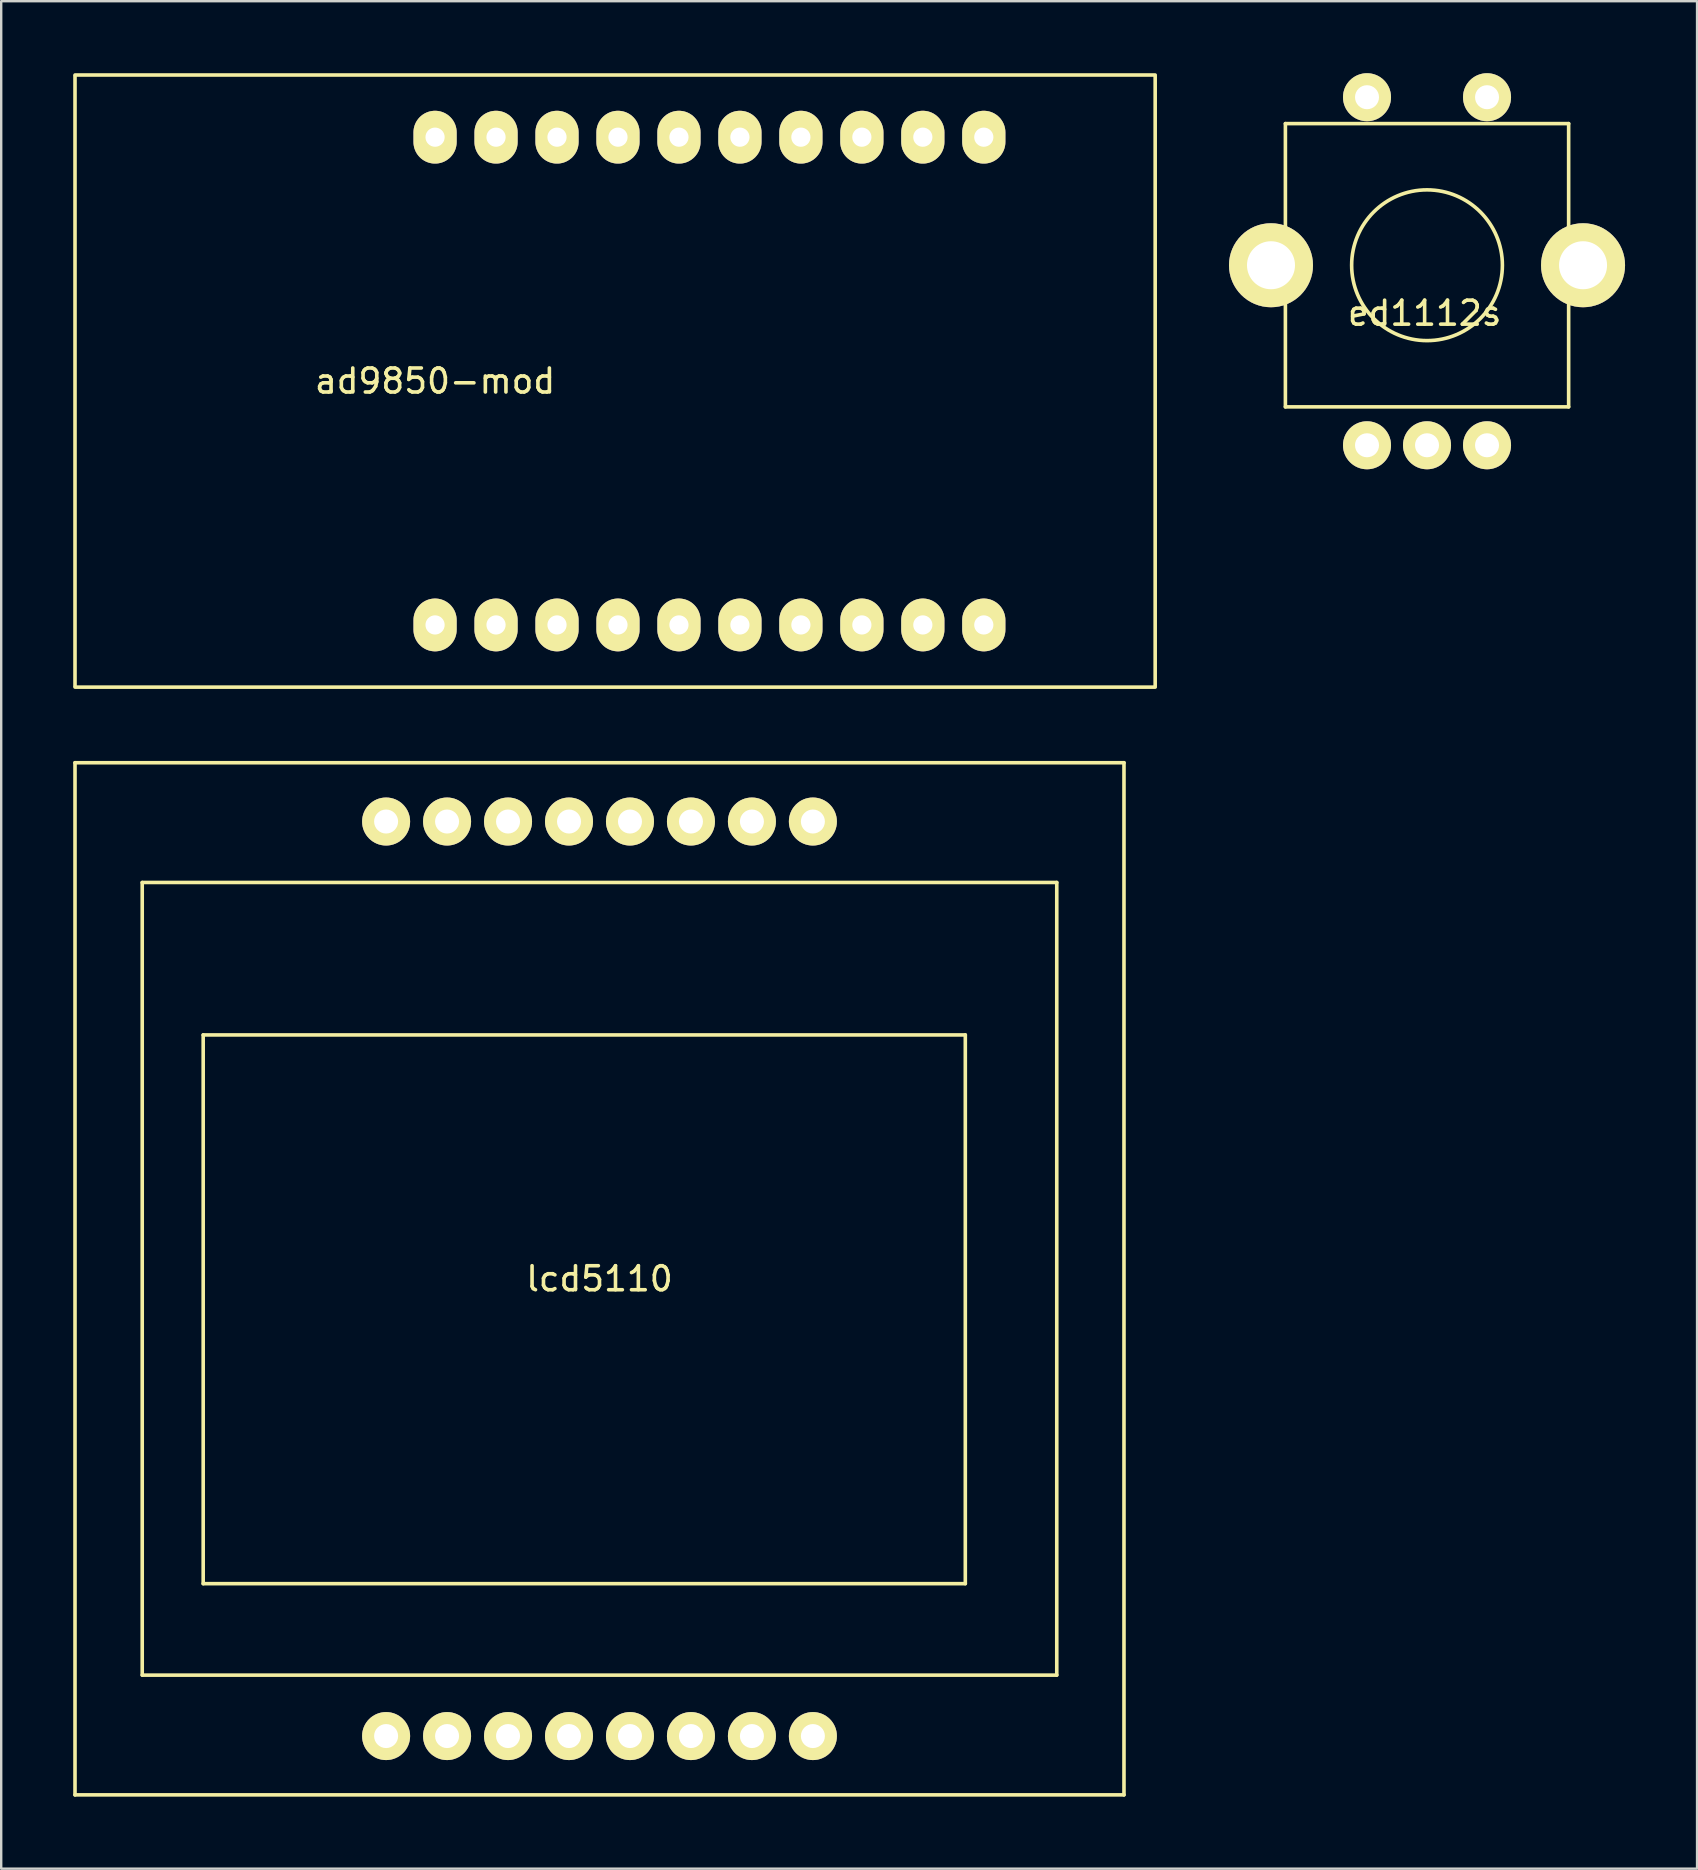
<source format=kicad_pcb>
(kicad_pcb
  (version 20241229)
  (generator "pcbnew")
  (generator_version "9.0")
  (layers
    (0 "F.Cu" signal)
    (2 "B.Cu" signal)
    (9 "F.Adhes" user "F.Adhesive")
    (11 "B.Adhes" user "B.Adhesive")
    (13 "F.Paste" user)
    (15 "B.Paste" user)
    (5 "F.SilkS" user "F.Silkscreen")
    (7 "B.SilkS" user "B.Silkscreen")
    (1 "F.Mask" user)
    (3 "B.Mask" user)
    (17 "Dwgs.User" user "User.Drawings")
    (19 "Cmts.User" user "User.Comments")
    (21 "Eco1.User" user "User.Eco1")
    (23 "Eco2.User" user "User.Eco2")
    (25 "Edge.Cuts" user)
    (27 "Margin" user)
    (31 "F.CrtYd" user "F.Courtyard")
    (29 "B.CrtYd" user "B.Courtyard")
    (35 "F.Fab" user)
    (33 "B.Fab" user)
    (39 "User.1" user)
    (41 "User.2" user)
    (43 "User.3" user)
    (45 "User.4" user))
  (footprint "ed1112s"
    (layer "F.Cu")
    (at 56.4 8)
    (property "Reference" "ed1112s" (at -0.1 2 0) (layer "F.SilkS") (effects (font (size 1 1) (thickness 0.15))))
    (attr through_hole)
    (fp_line (start -5.9 -5.9) (end 5.9 -5.9) (stroke (width 0.15) (type solid)) (layer "F.SilkS"))
    (fp_line (start -5.9 5.9) (end -5.9 -5.9) (stroke (width 0.15) (type solid)) (layer "F.SilkS"))
    (fp_line (start 5.9 -5.9) (end 5.9 5.9) (stroke (width 0.15) (type solid)) (layer "F.SilkS"))
    (fp_line (start 5.9 5.9) (end -5.9 5.9) (stroke (width 0.15) (type solid)) (layer "F.SilkS"))
    (fp_circle (center 0 0) (end -1.9 2.5) (stroke (width 0.15) (type solid)) (fill no) (layer "F.SilkS"))
    (pad "1" thru_hole circle (at -2.5 7.5) (size 2 2) (drill 1) (layers "*.Cu" "*.Mask" "F.SilkS"))
    (pad "2" thru_hole circle (at 0 7.5) (size 2 2) (drill 1) (layers "*.Cu" "*.Mask" "F.SilkS"))
    (pad "3" thru_hole circle (at 2.5 7.5) (size 2 2) (drill 1) (layers "*.Cu" "*.Mask" "F.SilkS"))
    (pad "4" thru_hole circle (at -2.5 -7) (size 2 2) (drill 1) (layers "*.Cu" "*.Mask" "F.SilkS"))
    (pad "5" thru_hole circle (at 2.5 -7) (size 2 2) (drill 1) (layers "*.Cu" "*.Mask" "F.SilkS"))
    (pad "6" thru_hole circle (at 6.5 0) (size 3.5 3.5) (drill 2) (layers "*.Cu" "*.Mask" "F.SilkS"))
    (pad "7" thru_hole circle (at -6.5 0) (size 3.5 3.5) (drill 2) (layers "*.Cu" "*.Mask" "F.SilkS")))
  (footprint "ad9850-mod"
    (layer "F.Cu")
    (at 15.075 12.825)
    (property "Reference" "ad9850-mod" (at 0 0 0) (layer "F.SilkS") (effects (font (size 1 1) (thickness 0.15))))
    (attr through_hole)
    (fp_line (start -15 -12.75) (end 30 -12.75) (stroke (width 0.15) (type solid)) (layer "F.SilkS"))
    (fp_line (start -15 -12.7) (end -15 12.7) (stroke (width 0.15) (type solid)) (layer "F.SilkS"))
    (fp_line (start -15 12.75) (end 30 12.75) (stroke (width 0.15) (type solid)) (layer "F.SilkS"))
    (fp_line (start 30 -12.7) (end 30 12.7) (stroke (width 0.15) (type solid)) (layer "F.SilkS"))
    (pad "1" thru_hole oval (at 0 10.16) (size 1.8 2.2) (drill 0.8) (layers "*.Cu" "*.Mask" "F.SilkS"))
    (pad "2" thru_hole oval (at 2.54 10.16) (size 1.8 2.2) (drill 0.8) (layers "*.Cu" "*.Mask" "F.SilkS"))
    (pad "3" thru_hole oval (at 5.08 10.16) (size 1.8 2.2) (drill 0.8) (layers "*.Cu" "*.Mask" "F.SilkS"))
    (pad "4" thru_hole oval (at 7.62 10.16) (size 1.8 2.2) (drill 0.8) (layers "*.Cu" "*.Mask" "F.SilkS"))
    (pad "5" thru_hole oval (at 10.16 10.16) (size 1.8 2.2) (drill 0.8) (layers "*.Cu" "*.Mask" "F.SilkS"))
    (pad "6" thru_hole oval (at 12.7 10.16) (size 1.8 2.2) (drill 0.8) (layers "*.Cu" "*.Mask" "F.SilkS"))
    (pad "7" thru_hole oval (at 15.24 10.16) (size 1.8 2.2) (drill 0.8) (layers "*.Cu" "*.Mask" "F.SilkS"))
    (pad "8" thru_hole oval (at 17.78 10.16) (size 1.8 2.2) (drill 0.8) (layers "*.Cu" "*.Mask" "F.SilkS"))
    (pad "9" thru_hole oval (at 20.32 10.16) (size 1.8 2.2) (drill 0.8) (layers "*.Cu" "*.Mask" "F.SilkS"))
    (pad "10" thru_hole oval (at 22.86 10.16) (size 1.8 2.2) (drill 0.8) (layers "*.Cu" "*.Mask" "F.SilkS"))
    (pad "11" thru_hole oval (at 22.86 -10.16) (size 1.8 2.2) (drill 0.8) (layers "*.Cu" "*.Mask" "F.SilkS"))
    (pad "12" thru_hole oval (at 20.32 -10.16) (size 1.8 2.2) (drill 0.8) (layers "*.Cu" "*.Mask" "F.SilkS"))
    (pad "13" thru_hole oval (at 17.78 -10.16) (size 1.8 2.2) (drill 0.8) (layers "*.Cu" "*.Mask" "F.SilkS"))
    (pad "14" thru_hole oval (at 15.24 -10.16) (size 1.8 2.2) (drill 0.8) (layers "*.Cu" "*.Mask" "F.SilkS"))
    (pad "15" thru_hole oval (at 12.7 -10.16) (size 1.8 2.2) (drill 0.8) (layers "*.Cu" "*.Mask" "F.SilkS"))
    (pad "16" thru_hole oval (at 10.16 -10.16) (size 1.8 2.2) (drill 0.8) (layers "*.Cu" "*.Mask" "F.SilkS"))
    (pad "17" thru_hole oval (at 7.62 -10.16) (size 1.8 2.2) (drill 0.8) (layers "*.Cu" "*.Mask" "F.SilkS"))
    (pad "18" thru_hole oval (at 5.08 -10.16) (size 1.8 2.2) (drill 0.8) (layers "*.Cu" "*.Mask" "F.SilkS"))
    (pad "19" thru_hole oval (at 2.54 -10.16) (size 1.8 2.2) (drill 0.8) (layers "*.Cu" "*.Mask" "F.SilkS"))
    (pad "20" thru_hole oval (at 0 -10.16) (size 1.8 2.2) (drill 0.8) (layers "*.Cu" "*.Mask" "F.SilkS")))
  (footprint "lcd5110"
    (layer "F.Cu")
    (at 21.925 50.225)
    (property "Reference" "lcd5110" (at 0 0 0) (layer "F.SilkS") (effects (font (size 1 1) (thickness 0.15))))
    (attr through_hole)
    (fp_line (start -21.85 -21.5) (end -21.85 21.5) (stroke (width 0.15) (type solid)) (layer "F.SilkS"))
    (fp_line (start -21.85 -21.5) (end 21.85 -21.5) (stroke (width 0.15) (type solid)) (layer "F.SilkS"))
    (fp_line (start -21.85 21.5) (end 21.85 21.5) (stroke (width 0.15) (type solid)) (layer "F.SilkS"))
    (fp_line (start -19.05 -16.51) (end 19.05 -16.51) (stroke (width 0.15) (type solid)) (layer "F.SilkS"))
    (fp_line (start -19.05 16.51) (end -19.05 -16.51) (stroke (width 0.15) (type solid)) (layer "F.SilkS"))
    (fp_line (start -16.51 -10.16) (end 15.24 -10.16) (stroke (width 0.15) (type solid)) (layer "F.SilkS"))
    (fp_line (start -16.51 12.7) (end -16.51 -10.16) (stroke (width 0.15) (type solid)) (layer "F.SilkS"))
    (fp_line (start 15.24 -10.16) (end 15.24 12.7) (stroke (width 0.15) (type solid)) (layer "F.SilkS"))
    (fp_line (start 15.24 12.7) (end -16.51 12.7) (stroke (width 0.15) (type solid)) (layer "F.SilkS"))
    (fp_line (start 19.05 -16.51) (end 19.05 16.51) (stroke (width 0.15) (type solid)) (layer "F.SilkS"))
    (fp_line (start 19.05 16.51) (end -19.05 16.51) (stroke (width 0.15) (type solid)) (layer "F.SilkS"))
    (fp_line (start 21.85 -21.5) (end 21.85 21.5) (stroke (width 0.15) (type solid)) (layer "F.SilkS"))
    (pad "1" thru_hole circle (at -8.89 -19.05) (size 2 2) (drill 1) (layers "*.Cu" "*.Mask" "F.SilkS"))
    (pad "1" thru_hole circle (at -8.89 19.05) (size 2 2) (drill 1) (layers "*.Cu" "*.Mask" "F.SilkS"))
    (pad "2" thru_hole circle (at -6.35 -19.05) (size 2 2) (drill 1) (layers "*.Cu" "*.Mask" "F.SilkS"))
    (pad "2" thru_hole circle (at -6.35 19.05) (size 2 2) (drill 1) (layers "*.Cu" "*.Mask" "F.SilkS"))
    (pad "3" thru_hole circle (at -3.81 -19.05) (size 2 2) (drill 1) (layers "*.Cu" "*.Mask" "F.SilkS"))
    (pad "3" thru_hole circle (at -3.81 19.05) (size 2 2) (drill 1) (layers "*.Cu" "*.Mask" "F.SilkS"))
    (pad "4" thru_hole circle (at -1.27 -19.05) (size 2 2) (drill 1) (layers "*.Cu" "*.Mask" "F.SilkS"))
    (pad "4" thru_hole circle (at -1.27 19.05) (size 2 2) (drill 1) (layers "*.Cu" "*.Mask" "F.SilkS"))
    (pad "5" thru_hole circle (at 1.27 -19.05) (size 2 2) (drill 1) (layers "*.Cu" "*.Mask" "F.SilkS"))
    (pad "5" thru_hole circle (at 1.27 19.05) (size 2 2) (drill 1) (layers "*.Cu" "*.Mask" "F.SilkS"))
    (pad "6" thru_hole circle (at 3.81 -19.05) (size 2 2) (drill 1) (layers "*.Cu" "*.Mask" "F.SilkS"))
    (pad "6" thru_hole circle (at 3.81 19.05) (size 2 2) (drill 1) (layers "*.Cu" "*.Mask" "F.SilkS"))
    (pad "7" thru_hole circle (at 6.35 -19.05) (size 2 2) (drill 1) (layers "*.Cu" "*.Mask" "F.SilkS"))
    (pad "7" thru_hole circle (at 6.35 19.05) (size 2 2) (drill 1) (layers "*.Cu" "*.Mask" "F.SilkS"))
    (pad "8" thru_hole circle (at 8.89 -19.05) (size 2 2) (drill 1) (layers "*.Cu" "*.Mask" "F.SilkS"))
    (pad "8" thru_hole circle (at 8.89 19.05) (size 2 2) (drill 1) (layers "*.Cu" "*.Mask" "F.SilkS")))
  (gr_rect
    (start -3 -3)
    (end 67.65 74.8)
    (stroke (width 0.1) (type default))
    (fill no)
    (layer "Edge.Cuts")))
</source>
